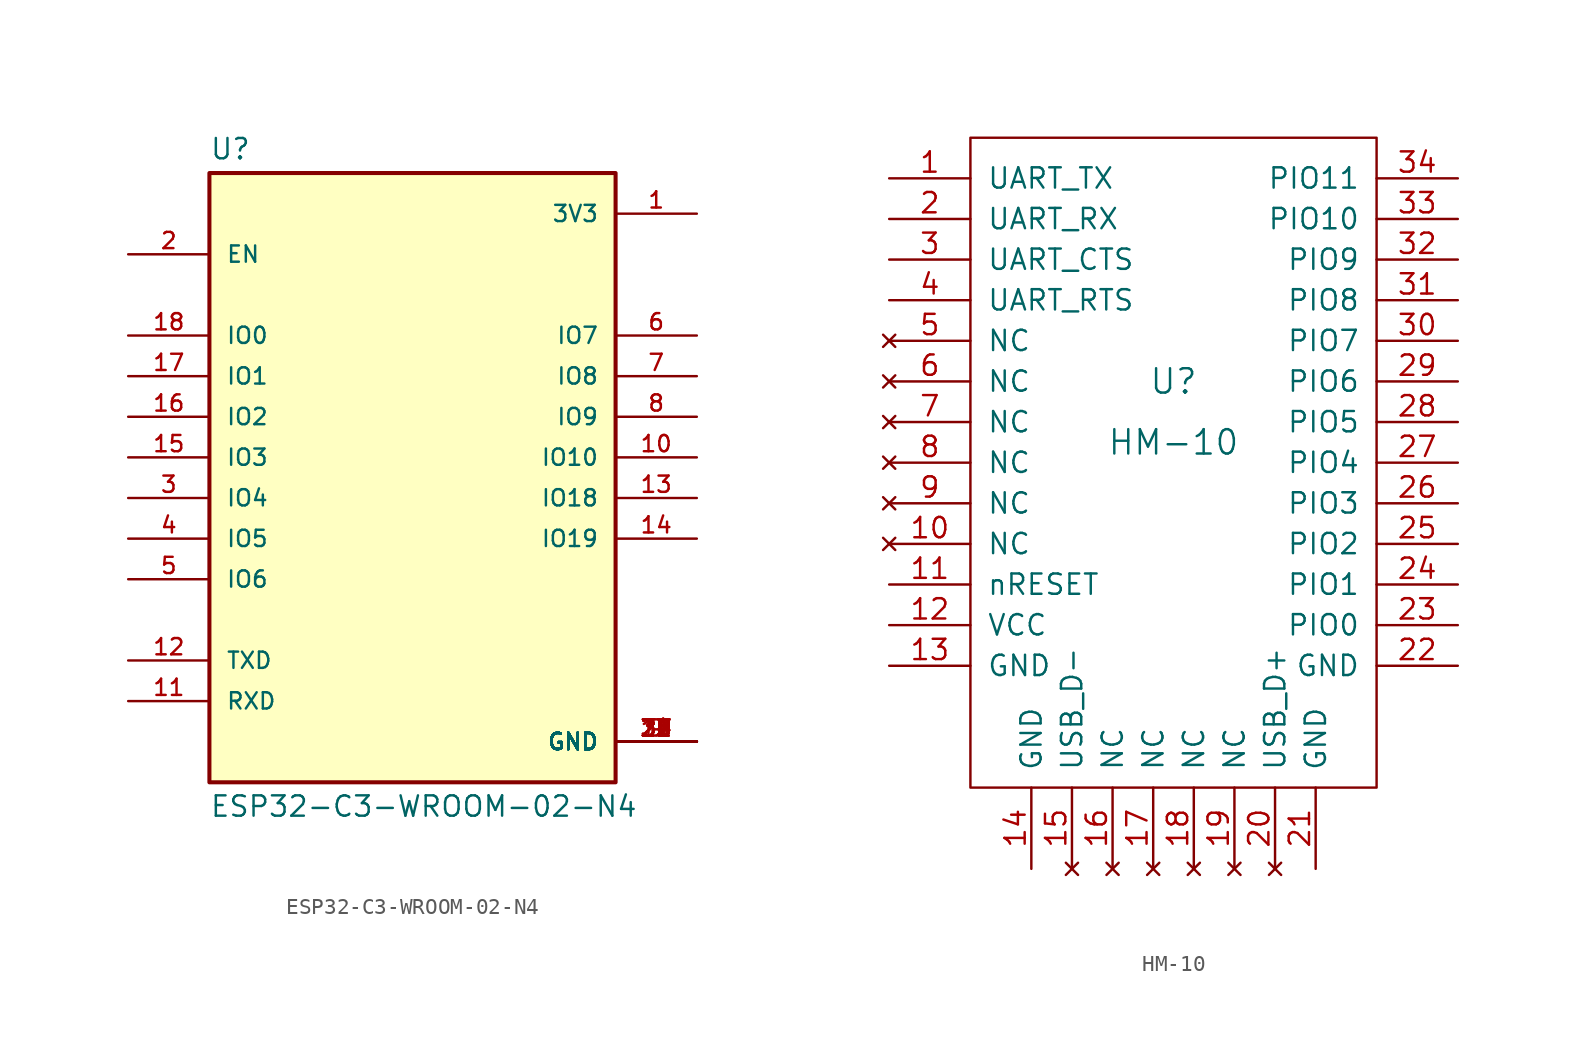
<source format=kicad_sym>
(kicad_symbol_lib
  (version 20220914)
  (generator kicad_symbol_editor)
  (symbol "ESP32-C3-WROOM-02-N4"
    (pin_names
      (offset 1.016))
    (property "Reference" "U"
      (at -12.7 21.082 0)
      (effects (font (size 1.27 1.27)) (justify left bottom)))
    (property "Value" "ESP32-C3-WROOM-02-N4"
      (at -12.7 -18.542 0)
      (effects (font (size 1.27 1.27)) (justify left top)))
    (symbol "ESP32-C3-WROOM-02-N4_0_0"
      (rectangle (start -12.7 20.32) (end 12.7 -17.78) (stroke (width 0.254) (type default)) (fill (type background)))
      (pin power_in line (at 17.78 17.78 180) (length 5.08) (name "3V3" (effects (font (size 1.016 1.016)))) (number "1" (effects (font (size 1.016 1.016)))))
      (pin bidirectional line (at 17.78 2.54 180) (length 5.08) (name "IO10" (effects (font (size 1.016 1.016)))) (number "10" (effects (font (size 1.016 1.016)))))
      (pin bidirectional line (at -17.78 -12.7 0) (length 5.08) (name "RXD" (effects (font (size 1.016 1.016)))) (number "11" (effects (font (size 1.016 1.016)))))
      (pin bidirectional line (at -17.78 -10.16 0) (length 5.08) (name "TXD" (effects (font (size 1.016 1.016)))) (number "12" (effects (font (size 1.016 1.016)))))
      (pin bidirectional line (at 17.78 0 180) (length 5.08) (name "IO18" (effects (font (size 1.016 1.016)))) (number "13" (effects (font (size 1.016 1.016)))))
      (pin bidirectional line (at 17.78 -2.54 180) (length 5.08) (name "IO19" (effects (font (size 1.016 1.016)))) (number "14" (effects (font (size 1.016 1.016)))))
      (pin bidirectional line (at -17.78 2.54 0) (length 5.08) (name "IO3" (effects (font (size 1.016 1.016)))) (number "15" (effects (font (size 1.016 1.016)))))
      (pin bidirectional line (at -17.78 5.08 0) (length 5.08) (name "IO2" (effects (font (size 1.016 1.016)))) (number "16" (effects (font (size 1.016 1.016)))))
      (pin bidirectional line (at -17.78 7.62 0) (length 5.08) (name "IO1" (effects (font (size 1.016 1.016)))) (number "17" (effects (font (size 1.016 1.016)))))
      (pin bidirectional line (at -17.78 10.16 0) (length 5.08) (name "IO0" (effects (font (size 1.016 1.016)))) (number "18" (effects (font (size 1.016 1.016)))))
      (pin power_in line (at 17.78 -15.24 180) (length 5.08) (name "GND" (effects (font (size 1.016 1.016)))) (number "19" (effects (font (size 1.016 1.016)))))
      (pin input line (at -17.78 15.24 0) (length 5.08) (name "EN" (effects (font (size 1.016 1.016)))) (number "2" (effects (font (size 1.016 1.016)))))
      (pin power_in line (at 17.78 -15.24 180) (length 5.08) (name "GND" (effects (font (size 1.016 1.016)))) (number "20" (effects (font (size 1.016 1.016)))))
      (pin power_in line (at 17.78 -15.24 180) (length 5.08) (name "GND" (effects (font (size 1.016 1.016)))) (number "21" (effects (font (size 1.016 1.016)))))
      (pin power_in line (at 17.78 -15.24 180) (length 5.08) (name "GND" (effects (font (size 1.016 1.016)))) (number "22" (effects (font (size 1.016 1.016)))))
      (pin power_in line (at 17.78 -15.24 180) (length 5.08) (name "GND" (effects (font (size 1.016 1.016)))) (number "23" (effects (font (size 1.016 1.016)))))
      (pin power_in line (at 17.78 -15.24 180) (length 5.08) (name "GND" (effects (font (size 1.016 1.016)))) (number "24" (effects (font (size 1.016 1.016)))))
      (pin power_in line (at 17.78 -15.24 180) (length 5.08) (name "GND" (effects (font (size 1.016 1.016)))) (number "25" (effects (font (size 1.016 1.016)))))
      (pin power_in line (at 17.78 -15.24 180) (length 5.08) (name "GND" (effects (font (size 1.016 1.016)))) (number "26" (effects (font (size 1.016 1.016)))))
      (pin power_in line (at 17.78 -15.24 180) (length 5.08) (name "GND" (effects (font (size 1.016 1.016)))) (number "27" (effects (font (size 1.016 1.016)))))
      (pin power_in line (at 17.78 -15.24 180) (length 5.08) (name "GND" (effects (font (size 1.016 1.016)))) (number "28" (effects (font (size 1.016 1.016)))))
      (pin power_in line (at 17.78 -15.24 180) (length 5.08) (name "GND" (effects (font (size 1.016 1.016)))) (number "29" (effects (font (size 1.016 1.016)))))
      (pin bidirectional line (at -17.78 0 0) (length 5.08) (name "IO4" (effects (font (size 1.016 1.016)))) (number "3" (effects (font (size 1.016 1.016)))))
      (pin power_in line (at 17.78 -15.24 180) (length 5.08) (name "GND" (effects (font (size 1.016 1.016)))) (number "30" (effects (font (size 1.016 1.016)))))
      (pin power_in line (at 17.78 -15.24 180) (length 5.08) (name "GND" (effects (font (size 1.016 1.016)))) (number "31" (effects (font (size 1.016 1.016)))))
      (pin power_in line (at 17.78 -15.24 180) (length 5.08) (name "GND" (effects (font (size 1.016 1.016)))) (number "32" (effects (font (size 1.016 1.016)))))
      (pin power_in line (at 17.78 -15.24 180) (length 5.08) (name "GND" (effects (font (size 1.016 1.016)))) (number "33" (effects (font (size 1.016 1.016)))))
      (pin power_in line (at 17.78 -15.24 180) (length 5.08) (name "GND" (effects (font (size 1.016 1.016)))) (number "34" (effects (font (size 1.016 1.016)))))
      (pin power_in line (at 17.78 -15.24 180) (length 5.08) (name "GND" (effects (font (size 1.016 1.016)))) (number "35" (effects (font (size 1.016 1.016)))))
      (pin power_in line (at 17.78 -15.24 180) (length 5.08) (name "GND" (effects (font (size 1.016 1.016)))) (number "36" (effects (font (size 1.016 1.016)))))
      (pin power_in line (at 17.78 -15.24 180) (length 5.08) (name "GND" (effects (font (size 1.016 1.016)))) (number "37" (effects (font (size 1.016 1.016)))))
      (pin power_in line (at 17.78 -15.24 180) (length 5.08) (name "GND" (effects (font (size 1.016 1.016)))) (number "38" (effects (font (size 1.016 1.016)))))
      (pin power_in line (at 17.78 -15.24 180) (length 5.08) (name "GND" (effects (font (size 1.016 1.016)))) (number "39" (effects (font (size 1.016 1.016)))))
      (pin bidirectional line (at -17.78 -2.54 0) (length 5.08) (name "IO5" (effects (font (size 1.016 1.016)))) (number "4" (effects (font (size 1.016 1.016)))))
      (pin bidirectional line (at -17.78 -5.08 0) (length 5.08) (name "IO6" (effects (font (size 1.016 1.016)))) (number "5" (effects (font (size 1.016 1.016)))))
      (pin bidirectional line (at 17.78 10.16 180) (length 5.08) (name "IO7" (effects (font (size 1.016 1.016)))) (number "6" (effects (font (size 1.016 1.016)))))
      (pin bidirectional line (at 17.78 7.62 180) (length 5.08) (name "IO8" (effects (font (size 1.016 1.016)))) (number "7" (effects (font (size 1.016 1.016)))))
      (pin bidirectional line (at 17.78 5.08 180) (length 5.08) (name "IO9" (effects (font (size 1.016 1.016)))) (number "8" (effects (font (size 1.016 1.016)))))
      (pin power_in line (at 17.78 -15.24 180) (length 5.08) (name "GND" (effects (font (size 1.016 1.016)))) (number "9" (effects (font (size 1.016 1.016)))))))
  (symbol "HM-10"
    (pin_names
      (offset 1.016))
    (property "Reference" "U"
      (at -1.27 6.35 0)
      (effects (font (size 1.524 1.524))))
    (property "Value" "HM-10"
      (at -1.27 2.54 0)
      (effects (font (size 1.524 1.524))))
    (symbol "HM-10_0_1"
      (rectangle (start -13.97 21.59) (end 11.43 -19.05) (stroke (width 0) (type solid)) (fill (type none))))
    (symbol "HM-10_1_1"
      (pin output line (at -19.05 19.05 0) (length 5.08) (name "UART_TX" (effects (font (size 1.27 1.27)))) (number "1" (effects (font (size 1.27 1.27)))))
      (pin no_connect line (at -19.05 -3.81 0) (length 5.08) (name "NC" (effects (font (size 1.27 1.27)))) (number "10" (effects (font (size 1.27 1.27)))))
      (pin input line (at -19.05 -6.35 0) (length 5.08) (name "nRESET" (effects (font (size 1.27 1.27)))) (number "11" (effects (font (size 1.27 1.27)))))
      (pin power_in line (at -19.05 -8.89 0) (length 5.08) (name "VCC" (effects (font (size 1.27 1.27)))) (number "12" (effects (font (size 1.27 1.27)))))
      (pin passive line (at -19.05 -11.43 0) (length 5.08) (name "GND" (effects (font (size 1.27 1.27)))) (number "13" (effects (font (size 1.27 1.27)))))
      (pin passive line (at -10.16 -24.13 90) (length 5.08) (name "GND" (effects (font (size 1.27 1.27)))) (number "14" (effects (font (size 1.27 1.27)))))
      (pin no_connect line (at -7.62 -24.13 90) (length 5.08) (name "USB_D-" (effects (font (size 1.27 1.27)))) (number "15" (effects (font (size 1.27 1.27)))))
      (pin no_connect line (at -5.08 -24.13 90) (length 5.08) (name "NC" (effects (font (size 1.27 1.27)))) (number "16" (effects (font (size 1.27 1.27)))))
      (pin no_connect line (at -2.54 -24.13 90) (length 5.08) (name "NC" (effects (font (size 1.27 1.27)))) (number "17" (effects (font (size 1.27 1.27)))))
      (pin no_connect line (at 0 -24.13 90) (length 5.08) (name "NC" (effects (font (size 1.27 1.27)))) (number "18" (effects (font (size 1.27 1.27)))))
      (pin no_connect line (at 2.54 -24.13 90) (length 5.08) (name "NC" (effects (font (size 1.27 1.27)))) (number "19" (effects (font (size 1.27 1.27)))))
      (pin input line (at -19.05 16.51 0) (length 5.08) (name "UART_RX" (effects (font (size 1.27 1.27)))) (number "2" (effects (font (size 1.27 1.27)))))
      (pin no_connect line (at 5.08 -24.13 90) (length 5.08) (name "USB_D+" (effects (font (size 1.27 1.27)))) (number "20" (effects (font (size 1.27 1.27)))))
      (pin passive line (at 7.62 -24.13 90) (length 5.08) (name "GND" (effects (font (size 1.27 1.27)))) (number "21" (effects (font (size 1.27 1.27)))))
      (pin passive line (at 16.51 -11.43 180) (length 5.08) (name "GND" (effects (font (size 1.27 1.27)))) (number "22" (effects (font (size 1.27 1.27)))))
      (pin input line (at 16.51 -8.89 180) (length 5.08) (name "PIO0" (effects (font (size 1.27 1.27)))) (number "23" (effects (font (size 1.27 1.27)))))
      (pin bidirectional line (at 16.51 -6.35 180) (length 5.08) (name "PIO1" (effects (font (size 1.27 1.27)))) (number "24" (effects (font (size 1.27 1.27)))))
      (pin bidirectional line (at 16.51 -3.81 180) (length 5.08) (name "PIO2" (effects (font (size 1.27 1.27)))) (number "25" (effects (font (size 1.27 1.27)))))
      (pin bidirectional line (at 16.51 -1.27 180) (length 5.08) (name "PIO3" (effects (font (size 1.27 1.27)))) (number "26" (effects (font (size 1.27 1.27)))))
      (pin bidirectional line (at 16.51 1.27 180) (length 5.08) (name "PIO4" (effects (font (size 1.27 1.27)))) (number "27" (effects (font (size 1.27 1.27)))))
      (pin bidirectional line (at 16.51 3.81 180) (length 5.08) (name "PIO5" (effects (font (size 1.27 1.27)))) (number "28" (effects (font (size 1.27 1.27)))))
      (pin bidirectional line (at 16.51 6.35 180) (length 5.08) (name "PIO6" (effects (font (size 1.27 1.27)))) (number "29" (effects (font (size 1.27 1.27)))))
      (pin input line (at -19.05 13.97 0) (length 5.08) (name "UART_CTS" (effects (font (size 1.27 1.27)))) (number "3" (effects (font (size 1.27 1.27)))))
      (pin bidirectional line (at 16.51 8.89 180) (length 5.08) (name "PIO7" (effects (font (size 1.27 1.27)))) (number "30" (effects (font (size 1.27 1.27)))))
      (pin bidirectional line (at 16.51 11.43 180) (length 5.08) (name "PIO8" (effects (font (size 1.27 1.27)))) (number "31" (effects (font (size 1.27 1.27)))))
      (pin bidirectional line (at 16.51 13.97 180) (length 5.08) (name "PIO9" (effects (font (size 1.27 1.27)))) (number "32" (effects (font (size 1.27 1.27)))))
      (pin bidirectional line (at 16.51 16.51 180) (length 5.08) (name "PIO10" (effects (font (size 1.27 1.27)))) (number "33" (effects (font (size 1.27 1.27)))))
      (pin bidirectional line (at 16.51 19.05 180) (length 5.08) (name "PIO11" (effects (font (size 1.27 1.27)))) (number "34" (effects (font (size 1.27 1.27)))))
      (pin input line (at -19.05 11.43 0) (length 5.08) (name "UART_RTS" (effects (font (size 1.27 1.27)))) (number "4" (effects (font (size 1.27 1.27)))))
      (pin no_connect line (at -19.05 8.89 0) (length 5.08) (name "NC" (effects (font (size 1.27 1.27)))) (number "5" (effects (font (size 1.27 1.27)))))
      (pin no_connect line (at -19.05 6.35 0) (length 5.08) (name "NC" (effects (font (size 1.27 1.27)))) (number "6" (effects (font (size 1.27 1.27)))))
      (pin no_connect line (at -19.05 3.81 0) (length 5.08) (name "NC" (effects (font (size 1.27 1.27)))) (number "7" (effects (font (size 1.27 1.27)))))
      (pin no_connect line (at -19.05 1.27 0) (length 5.08) (name "NC" (effects (font (size 1.27 1.27)))) (number "8" (effects (font (size 1.27 1.27)))))
      (pin no_connect line (at -19.05 -1.27 0) (length 5.08) (name "NC" (effects (font (size 1.27 1.27)))) (number "9" (effects (font (size 1.27 1.27))))))))
</source>
